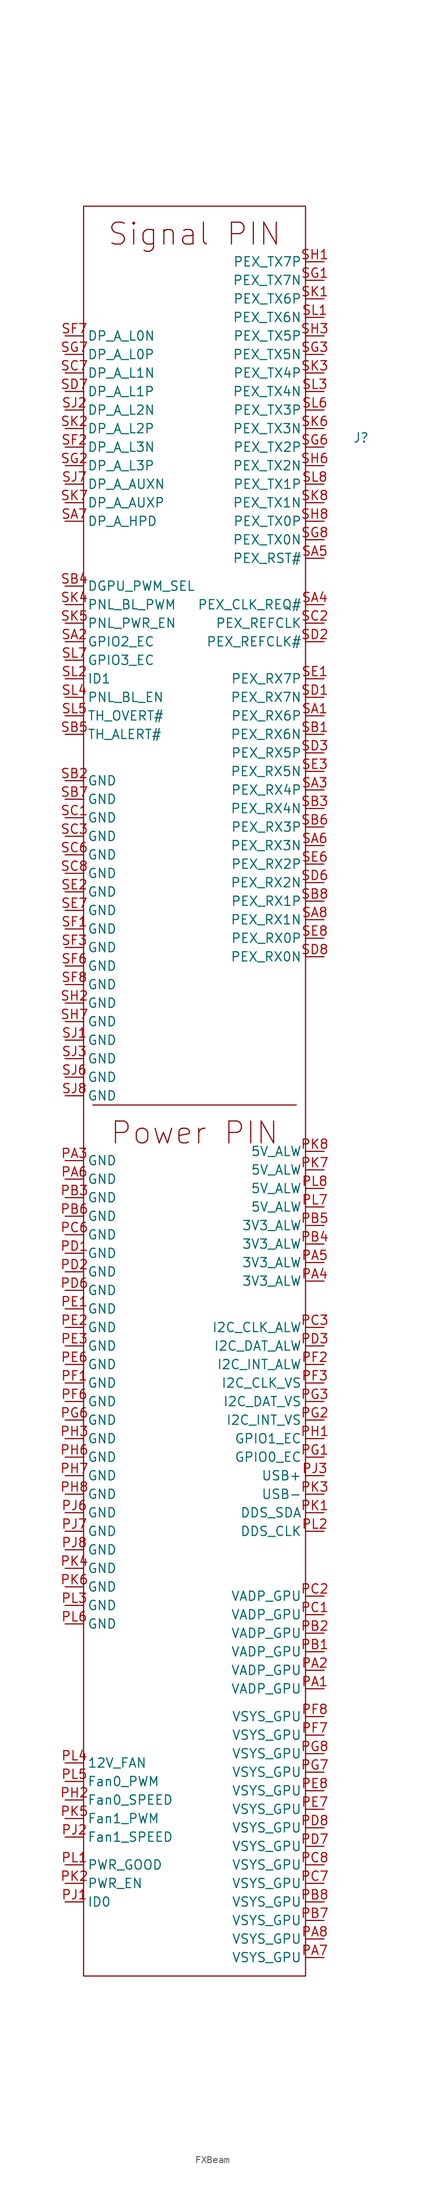
<source format=kicad_sym>
(kicad_symbol_lib
  (version 20241209)
  (generator "kicad_symbol_editor")
  (generator_version "9.0")
  (symbol "FXBeam"
    (property "Reference" "J"
      (at 179.07 -50.8 0)
      (effects (font (size 1.27 1.27))))
    (property "Value" ""
      (at 179.07 -50.8 0)
      (effects (font (size 1.27 1.27))))
    (symbol "FXBeam_0_0"
      (pin unspecified line (at 138.43 -36.83 0) (length 2.54) (name "DP_A_L0N" (effects (font (size 1.27 1.27)))) (number "SF7" (effects (font (size 1.27 1.27)))))
      (pin unspecified line (at 138.43 -39.37 0) (length 2.54) (name "DP_A_L0P" (effects (font (size 1.27 1.27)))) (number "SG7" (effects (font (size 1.27 1.27)))))
      (pin unspecified line (at 138.43 -41.91 0) (length 2.54) (name "DP_A_L1N" (effects (font (size 1.27 1.27)))) (number "SC7" (effects (font (size 1.27 1.27)))))
      (pin unspecified line (at 138.43 -44.45 0) (length 2.54) (name "DP_A_L1P" (effects (font (size 1.27 1.27)))) (number "SD7" (effects (font (size 1.27 1.27)))))
      (pin unspecified line (at 138.43 -46.99 0) (length 2.54) (name "DP_A_L2N" (effects (font (size 1.27 1.27)))) (number "SJ2" (effects (font (size 1.27 1.27)))))
      (pin unspecified line (at 138.43 -49.53 0) (length 2.54) (name "DP_A_L2P" (effects (font (size 1.27 1.27)))) (number "SK2" (effects (font (size 1.27 1.27)))))
      (pin unspecified line (at 138.43 -52.07 0) (length 2.54) (name "DP_A_L3N" (effects (font (size 1.27 1.27)))) (number "SF2" (effects (font (size 1.27 1.27)))))
      (pin unspecified line (at 138.43 -54.61 0) (length 2.54) (name "DP_A_L3P" (effects (font (size 1.27 1.27)))) (number "SG2" (effects (font (size 1.27 1.27)))))
      (pin unspecified line (at 138.43 -57.15 0) (length 2.54) (name "DP_A_AUXN" (effects (font (size 1.27 1.27)))) (number "SJ7" (effects (font (size 1.27 1.27)))))
      (pin unspecified line (at 138.43 -59.69 0) (length 2.54) (name "DP_A_AUXP" (effects (font (size 1.27 1.27)))) (number "SK7" (effects (font (size 1.27 1.27)))))
      (pin unspecified line (at 138.43 -62.23 0) (length 2.54) (name "DP_A_HPD" (effects (font (size 1.27 1.27)))) (number "SA7" (effects (font (size 1.27 1.27)))))
      (pin unspecified line (at 138.43 -71.12 0) (length 2.54) (name "DGPU_PWM_SEL" (effects (font (size 1.27 1.27)))) (number "SB4" (effects (font (size 1.27 1.27)))))
      (pin unspecified line (at 138.43 -73.66 0) (length 2.54) (name "PNL_BL_PWM" (effects (font (size 1.27 1.27)))) (number "SK4" (effects (font (size 1.27 1.27)))))
      (pin unspecified line (at 138.43 -76.2 0) (length 2.54) (name "PNL_PWR_EN" (effects (font (size 1.27 1.27)))) (number "SK5" (effects (font (size 1.27 1.27)))))
      (pin unspecified line (at 138.43 -78.74 0) (length 2.54) (name "GPIO2_EC" (effects (font (size 1.27 1.27)))) (number "SA2" (effects (font (size 1.27 1.27)))))
      (pin unspecified line (at 138.43 -81.28 0) (length 2.54) (name "GPIO3_EC" (effects (font (size 1.27 1.27)))) (number "SL7" (effects (font (size 1.27 1.27)))))
      (pin unspecified line (at 138.43 -83.82 0) (length 2.54) (name "ID1" (effects (font (size 1.27 1.27)))) (number "SL2" (effects (font (size 1.27 1.27)))))
      (pin unspecified line (at 138.43 -86.36 0) (length 2.54) (name "PNL_BL_EN" (effects (font (size 1.27 1.27)))) (number "SL4" (effects (font (size 1.27 1.27)))))
      (pin unspecified line (at 138.43 -88.9 0) (length 2.54) (name "TH_OVERT#" (effects (font (size 1.27 1.27)))) (number "SL5" (effects (font (size 1.27 1.27)))))
      (pin unspecified line (at 138.43 -91.44 0) (length 2.54) (name "TH_ALERT#" (effects (font (size 1.27 1.27)))) (number "SB5" (effects (font (size 1.27 1.27)))))
      (pin unspecified line (at 138.43 -97.79 0) (length 2.54) (name "GND" (effects (font (size 1.27 1.27)))) (number "SB2" (effects (font (size 1.27 1.27)))))
      (pin unspecified line (at 138.43 -100.33 0) (length 2.54) (name "GND" (effects (font (size 1.27 1.27)))) (number "SB7" (effects (font (size 1.27 1.27)))))
      (pin unspecified line (at 138.43 -102.87 0) (length 2.54) (name "GND" (effects (font (size 1.27 1.27)))) (number "SC1" (effects (font (size 1.27 1.27)))))
      (pin unspecified line (at 138.43 -105.41 0) (length 2.54) (name "GND" (effects (font (size 1.27 1.27)))) (number "SC3" (effects (font (size 1.27 1.27)))))
      (pin unspecified line (at 138.43 -107.95 0) (length 2.54) (name "GND" (effects (font (size 1.27 1.27)))) (number "SC6" (effects (font (size 1.27 1.27)))))
      (pin unspecified line (at 138.43 -110.49 0) (length 2.54) (name "GND" (effects (font (size 1.27 1.27)))) (number "SC8" (effects (font (size 1.27 1.27)))))
      (pin unspecified line (at 138.43 -113.03 0) (length 2.54) (name "GND" (effects (font (size 1.27 1.27)))) (number "SE2" (effects (font (size 1.27 1.27)))))
      (pin unspecified line (at 138.43 -115.57 0) (length 2.54) (name "GND" (effects (font (size 1.27 1.27)))) (number "SE7" (effects (font (size 1.27 1.27)))))
      (pin unspecified line (at 138.43 -118.11 0) (length 2.54) (name "GND" (effects (font (size 1.27 1.27)))) (number "SF1" (effects (font (size 1.27 1.27)))))
      (pin unspecified line (at 138.43 -120.65 0) (length 2.54) (name "GND" (effects (font (size 1.27 1.27)))) (number "SF3" (effects (font (size 1.27 1.27)))))
      (pin unspecified line (at 138.43 -123.19 0) (length 2.54) (name "GND" (effects (font (size 1.27 1.27)))) (number "SF6" (effects (font (size 1.27 1.27)))))
      (pin unspecified line (at 138.43 -125.73 0) (length 2.54) (name "GND" (effects (font (size 1.27 1.27)))) (number "SF8" (effects (font (size 1.27 1.27)))))
      (pin unspecified line (at 138.43 -128.27 0) (length 2.54) (name "GND" (effects (font (size 1.27 1.27)))) (number "SH2" (effects (font (size 1.27 1.27)))))
      (pin unspecified line (at 138.43 -130.81 0) (length 2.54) (name "GND" (effects (font (size 1.27 1.27)))) (number "SH7" (effects (font (size 1.27 1.27)))))
      (pin unspecified line (at 138.43 -133.35 0) (length 2.54) (name "GND" (effects (font (size 1.27 1.27)))) (number "SJ1" (effects (font (size 1.27 1.27)))))
      (pin unspecified line (at 138.43 -135.89 0) (length 2.54) (name "GND" (effects (font (size 1.27 1.27)))) (number "SJ3" (effects (font (size 1.27 1.27)))))
      (pin unspecified line (at 138.43 -138.43 0) (length 2.54) (name "GND" (effects (font (size 1.27 1.27)))) (number "SJ6" (effects (font (size 1.27 1.27)))))
      (pin unspecified line (at 138.43 -140.97 0) (length 2.54) (name "GND" (effects (font (size 1.27 1.27)))) (number "SJ8" (effects (font (size 1.27 1.27)))))
      (pin unspecified line (at 138.43 -149.86 0) (length 2.54) (name "GND" (effects (font (size 1.27 1.27)))) (number "PA3" (effects (font (size 1.27 1.27)))))
      (pin unspecified line (at 138.43 -152.4 0) (length 2.54) (name "GND" (effects (font (size 1.27 1.27)))) (number "PA6" (effects (font (size 1.27 1.27)))))
      (pin unspecified line (at 138.43 -154.94 0) (length 2.54) (name "GND" (effects (font (size 1.27 1.27)))) (number "PB3" (effects (font (size 1.27 1.27)))))
      (pin unspecified line (at 138.43 -157.48 0) (length 2.54) (name "GND" (effects (font (size 1.27 1.27)))) (number "PB6" (effects (font (size 1.27 1.27)))))
      (pin unspecified line (at 138.43 -160.02 0) (length 2.54) (name "GND" (effects (font (size 1.27 1.27)))) (number "PC6" (effects (font (size 1.27 1.27)))))
      (pin unspecified line (at 138.43 -162.56 0) (length 2.54) (name "GND" (effects (font (size 1.27 1.27)))) (number "PD1" (effects (font (size 1.27 1.27)))))
      (pin unspecified line (at 138.43 -165.1 0) (length 2.54) (name "GND" (effects (font (size 1.27 1.27)))) (number "PD2" (effects (font (size 1.27 1.27)))))
      (pin unspecified line (at 138.43 -167.64 0) (length 2.54) (name "GND" (effects (font (size 1.27 1.27)))) (number "PD6" (effects (font (size 1.27 1.27)))))
      (pin unspecified line (at 138.43 -170.18 0) (length 2.54) (name "GND" (effects (font (size 1.27 1.27)))) (number "PE1" (effects (font (size 1.27 1.27)))))
      (pin unspecified line (at 138.43 -172.72 0) (length 2.54) (name "GND" (effects (font (size 1.27 1.27)))) (number "PE2" (effects (font (size 1.27 1.27)))))
      (pin unspecified line (at 138.43 -175.26 0) (length 2.54) (name "GND" (effects (font (size 1.27 1.27)))) (number "PE3" (effects (font (size 1.27 1.27)))))
      (pin unspecified line (at 138.43 -177.8 0) (length 2.54) (name "GND" (effects (font (size 1.27 1.27)))) (number "PE6" (effects (font (size 1.27 1.27)))))
      (pin unspecified line (at 138.43 -180.34 0) (length 2.54) (name "GND" (effects (font (size 1.27 1.27)))) (number "PF1" (effects (font (size 1.27 1.27)))))
      (pin unspecified line (at 138.43 -182.88 0) (length 2.54) (name "GND" (effects (font (size 1.27 1.27)))) (number "PF6" (effects (font (size 1.27 1.27)))))
      (pin unspecified line (at 138.43 -185.42 0) (length 2.54) (name "GND" (effects (font (size 1.27 1.27)))) (number "PG6" (effects (font (size 1.27 1.27)))))
      (pin unspecified line (at 138.43 -187.96 0) (length 2.54) (name "GND" (effects (font (size 1.27 1.27)))) (number "PH3" (effects (font (size 1.27 1.27)))))
      (pin unspecified line (at 138.43 -190.5 0) (length 2.54) (name "GND" (effects (font (size 1.27 1.27)))) (number "PH6" (effects (font (size 1.27 1.27)))))
      (pin unspecified line (at 138.43 -193.04 0) (length 2.54) (name "GND" (effects (font (size 1.27 1.27)))) (number "PH7" (effects (font (size 1.27 1.27)))))
      (pin unspecified line (at 138.43 -195.58 0) (length 2.54) (name "GND" (effects (font (size 1.27 1.27)))) (number "PH8" (effects (font (size 1.27 1.27)))))
      (pin unspecified line (at 138.43 -198.12 0) (length 2.54) (name "GND" (effects (font (size 1.27 1.27)))) (number "PJ6" (effects (font (size 1.27 1.27)))))
      (pin unspecified line (at 138.43 -200.66 0) (length 2.54) (name "GND" (effects (font (size 1.27 1.27)))) (number "PJ7" (effects (font (size 1.27 1.27)))))
      (pin unspecified line (at 138.43 -203.2 0) (length 2.54) (name "GND" (effects (font (size 1.27 1.27)))) (number "PJ8" (effects (font (size 1.27 1.27)))))
      (pin unspecified line (at 138.43 -205.74 0) (length 2.54) (name "GND" (effects (font (size 1.27 1.27)))) (number "PK4" (effects (font (size 1.27 1.27)))))
      (pin unspecified line (at 138.43 -208.28 0) (length 2.54) (name "GND" (effects (font (size 1.27 1.27)))) (number "PK6" (effects (font (size 1.27 1.27)))))
      (pin unspecified line (at 138.43 -210.82 0) (length 2.54) (name "GND" (effects (font (size 1.27 1.27)))) (number "PL3" (effects (font (size 1.27 1.27)))))
      (pin unspecified line (at 138.43 -213.36 0) (length 2.54) (name "GND" (effects (font (size 1.27 1.27)))) (number "PL6" (effects (font (size 1.27 1.27)))))
      (pin power_in line (at 138.43 -232.41 0) (length 2.54) (name "12V_FAN" (effects (font (size 1.27 1.27)))) (number "PL4" (effects (font (size 1.27 1.27)))))
      (pin input line (at 138.43 -234.95 0) (length 2.54) (name "Fan0_PWM" (effects (font (size 1.27 1.27)))) (number "PL5" (effects (font (size 1.27 1.27)))))
      (pin output line (at 138.43 -237.49 0) (length 2.54) (name "Fan0_SPEED" (effects (font (size 1.27 1.27)))) (number "PH2" (effects (font (size 1.27 1.27)))))
      (pin input line (at 138.43 -240.03 0) (length 2.54) (name "Fan1_PWM" (effects (font (size 1.27 1.27)))) (number "PK5" (effects (font (size 1.27 1.27)))))
      (pin output line (at 138.43 -242.57 0) (length 2.54) (name "Fan1_SPEED" (effects (font (size 1.27 1.27)))) (number "PJ2" (effects (font (size 1.27 1.27)))))
      (pin output line (at 138.43 -246.38 0) (length 2.54) (name "PWR_GOOD" (effects (font (size 1.27 1.27)))) (number "PL1" (effects (font (size 1.27 1.27)))))
      (pin input line (at 138.43 -248.92 0) (length 2.54) (name "PWR_EN" (effects (font (size 1.27 1.27)))) (number "PK2" (effects (font (size 1.27 1.27)))))
      (pin output line (at 138.43 -251.46 0) (length 2.54) (name "ID0" (effects (font (size 1.27 1.27)))) (number "PJ1" (effects (font (size 1.27 1.27)))))
      (pin unspecified line (at 173.99 -26.67 180) (length 2.54) (name "PEX_TX7P" (effects (font (size 1.27 1.27)))) (number "SH1" (effects (font (size 1.27 1.27)))))
      (pin unspecified line (at 173.99 -29.21 180) (length 2.54) (name "PEX_TX7N" (effects (font (size 1.27 1.27)))) (number "SG1" (effects (font (size 1.27 1.27)))))
      (pin unspecified line (at 173.99 -31.75 180) (length 2.54) (name "PEX_TX6P" (effects (font (size 1.27 1.27)))) (number "SK1" (effects (font (size 1.27 1.27)))))
      (pin unspecified line (at 173.99 -34.29 180) (length 2.54) (name "PEX_TX6N" (effects (font (size 1.27 1.27)))) (number "SL1" (effects (font (size 1.27 1.27)))))
      (pin unspecified line (at 173.99 -36.83 180) (length 2.54) (name "PEX_TX5P" (effects (font (size 1.27 1.27)))) (number "SH3" (effects (font (size 1.27 1.27)))))
      (pin unspecified line (at 173.99 -39.37 180) (length 2.54) (name "PEX_TX5N" (effects (font (size 1.27 1.27)))) (number "SG3" (effects (font (size 1.27 1.27)))))
      (pin unspecified line (at 173.99 -41.91 180) (length 2.54) (name "PEX_TX4P" (effects (font (size 1.27 1.27)))) (number "SK3" (effects (font (size 1.27 1.27)))))
      (pin unspecified line (at 173.99 -44.45 180) (length 2.54) (name "PEX_TX4N" (effects (font (size 1.27 1.27)))) (number "SL3" (effects (font (size 1.27 1.27)))))
      (pin unspecified line (at 173.99 -46.99 180) (length 2.54) (name "PEX_TX3P" (effects (font (size 1.27 1.27)))) (number "SL6" (effects (font (size 1.27 1.27)))))
      (pin unspecified line (at 173.99 -49.53 180) (length 2.54) (name "PEX_TX3N" (effects (font (size 1.27 1.27)))) (number "SK6" (effects (font (size 1.27 1.27)))))
      (pin unspecified line (at 173.99 -52.07 180) (length 2.54) (name "PEX_TX2P" (effects (font (size 1.27 1.27)))) (number "SG6" (effects (font (size 1.27 1.27)))))
      (pin unspecified line (at 173.99 -54.61 180) (length 2.54) (name "PEX_TX2N" (effects (font (size 1.27 1.27)))) (number "SH6" (effects (font (size 1.27 1.27)))))
      (pin unspecified line (at 173.99 -57.15 180) (length 2.54) (name "PEX_TX1P" (effects (font (size 1.27 1.27)))) (number "SL8" (effects (font (size 1.27 1.27)))))
      (pin unspecified line (at 173.99 -59.69 180) (length 2.54) (name "PEX_TX1N" (effects (font (size 1.27 1.27)))) (number "SK8" (effects (font (size 1.27 1.27)))))
      (pin unspecified line (at 173.99 -62.23 180) (length 2.54) (name "PEX_TX0P" (effects (font (size 1.27 1.27)))) (number "SH8" (effects (font (size 1.27 1.27)))))
      (pin unspecified line (at 173.99 -64.77 180) (length 2.54) (name "PEX_TX0N" (effects (font (size 1.27 1.27)))) (number "SG8" (effects (font (size 1.27 1.27)))))
      (pin unspecified line (at 173.99 -67.31 180) (length 2.54) (name "PEX_RST#" (effects (font (size 1.27 1.27)))) (number "SA5" (effects (font (size 1.27 1.27)))))
      (pin unspecified line (at 173.99 -73.66 180) (length 2.54) (name "PEX_CLK_REQ#" (effects (font (size 1.27 1.27)))) (number "SA4" (effects (font (size 1.27 1.27)))))
      (pin unspecified line (at 173.99 -76.2 180) (length 2.54) (name "PEX_REFCLK" (effects (font (size 1.27 1.27)))) (number "SC2" (effects (font (size 1.27 1.27)))))
      (pin unspecified line (at 173.99 -78.74 180) (length 2.54) (name "PEX_REFCLK#" (effects (font (size 1.27 1.27)))) (number "SD2" (effects (font (size 1.27 1.27)))))
      (pin unspecified line (at 173.99 -83.82 180) (length 2.54) (name "PEX_RX7P" (effects (font (size 1.27 1.27)))) (number "SE1" (effects (font (size 1.27 1.27)))))
      (pin unspecified line (at 173.99 -86.36 180) (length 2.54) (name "PEX_RX7N" (effects (font (size 1.27 1.27)))) (number "SD1" (effects (font (size 1.27 1.27)))))
      (pin unspecified line (at 173.99 -88.9 180) (length 2.54) (name "PEX_RX6P" (effects (font (size 1.27 1.27)))) (number "SA1" (effects (font (size 1.27 1.27)))))
      (pin unspecified line (at 173.99 -91.44 180) (length 2.54) (name "PEX_RX6N" (effects (font (size 1.27 1.27)))) (number "SB1" (effects (font (size 1.27 1.27)))))
      (pin unspecified line (at 173.99 -93.98 180) (length 2.54) (name "PEX_RX5P" (effects (font (size 1.27 1.27)))) (number "SD3" (effects (font (size 1.27 1.27)))))
      (pin unspecified line (at 173.99 -96.52 180) (length 2.54) (name "PEX_RX5N" (effects (font (size 1.27 1.27)))) (number "SE3" (effects (font (size 1.27 1.27)))))
      (pin unspecified line (at 173.99 -99.06 180) (length 2.54) (name "PEX_RX4P" (effects (font (size 1.27 1.27)))) (number "SA3" (effects (font (size 1.27 1.27)))))
      (pin unspecified line (at 173.99 -101.6 180) (length 2.54) (name "PEX_RX4N" (effects (font (size 1.27 1.27)))) (number "SB3" (effects (font (size 1.27 1.27)))))
      (pin unspecified line (at 173.99 -104.14 180) (length 2.54) (name "PEX_RX3P" (effects (font (size 1.27 1.27)))) (number "SB6" (effects (font (size 1.27 1.27)))))
      (pin unspecified line (at 173.99 -106.68 180) (length 2.54) (name "PEX_RX3N" (effects (font (size 1.27 1.27)))) (number "SA6" (effects (font (size 1.27 1.27)))))
      (pin unspecified line (at 173.99 -109.22 180) (length 2.54) (name "PEX_RX2P" (effects (font (size 1.27 1.27)))) (number "SE6" (effects (font (size 1.27 1.27)))))
      (pin unspecified line (at 173.99 -111.76 180) (length 2.54) (name "PEX_RX2N" (effects (font (size 1.27 1.27)))) (number "SD6" (effects (font (size 1.27 1.27)))))
      (pin unspecified line (at 173.99 -114.3 180) (length 2.54) (name "PEX_RX1P" (effects (font (size 1.27 1.27)))) (number "SB8" (effects (font (size 1.27 1.27)))))
      (pin unspecified line (at 173.99 -116.84 180) (length 2.54) (name "PEX_RX1N" (effects (font (size 1.27 1.27)))) (number "SA8" (effects (font (size 1.27 1.27)))))
      (pin unspecified line (at 173.99 -119.38 180) (length 2.54) (name "PEX_RX0P" (effects (font (size 1.27 1.27)))) (number "SE8" (effects (font (size 1.27 1.27)))))
      (pin unspecified line (at 173.99 -121.92 180) (length 2.54) (name "PEX_RX0N" (effects (font (size 1.27 1.27)))) (number "SD8" (effects (font (size 1.27 1.27)))))
      (pin power_in line (at 173.99 -148.59 180) (length 2.54) (name "5V_ALW" (effects (font (size 1.27 1.27)))) (number "PK8" (effects (font (size 1.27 1.27)))))
      (pin power_in line (at 173.99 -151.13 180) (length 2.54) (name "5V_ALW" (effects (font (size 1.27 1.27)))) (number "PK7" (effects (font (size 1.27 1.27)))))
      (pin power_in line (at 173.99 -153.67 180) (length 2.54) (name "5V_ALW" (effects (font (size 1.27 1.27)))) (number "PL8" (effects (font (size 1.27 1.27)))))
      (pin power_in line (at 173.99 -156.21 180) (length 2.54) (name "5V_ALW" (effects (font (size 1.27 1.27)))) (number "PL7" (effects (font (size 1.27 1.27)))))
      (pin power_in line (at 173.99 -158.75 180) (length 2.54) (name "3V3_ALW" (effects (font (size 1.27 1.27)))) (number "PB5" (effects (font (size 1.27 1.27)))))
      (pin power_in line (at 173.99 -161.29 180) (length 2.54) (name "3V3_ALW" (effects (font (size 1.27 1.27)))) (number "PB4" (effects (font (size 1.27 1.27)))))
      (pin power_in line (at 173.99 -163.83 180) (length 2.54) (name "3V3_ALW" (effects (font (size 1.27 1.27)))) (number "PA5" (effects (font (size 1.27 1.27)))))
      (pin power_in line (at 173.99 -166.37 180) (length 2.54) (name "3V3_ALW" (effects (font (size 1.27 1.27)))) (number "PA4" (effects (font (size 1.27 1.27)))))
      (pin bidirectional line (at 173.99 -172.72 180) (length 2.54) (name "I2C_CLK_ALW" (effects (font (size 1.27 1.27)))) (number "PC3" (effects (font (size 1.27 1.27)))))
      (pin bidirectional line (at 173.99 -175.26 180) (length 2.54) (name "I2C_DAT_ALW" (effects (font (size 1.27 1.27)))) (number "PD3" (effects (font (size 1.27 1.27)))))
      (pin bidirectional line (at 173.99 -177.8 180) (length 2.54) (name "I2C_INT_ALW" (effects (font (size 1.27 1.27)))) (number "PF2" (effects (font (size 1.27 1.27)))))
      (pin bidirectional line (at 173.99 -180.34 180) (length 2.54) (name "I2C_CLK_VS" (effects (font (size 1.27 1.27)))) (number "PF3" (effects (font (size 1.27 1.27)))))
      (pin unspecified line (at 173.99 -182.88 180) (length 2.54) (name "I2C_DAT_VS" (effects (font (size 1.27 1.27)))) (number "PG3" (effects (font (size 1.27 1.27)))))
      (pin unspecified line (at 173.99 -185.42 180) (length 2.54) (name "I2C_INT_VS" (effects (font (size 1.27 1.27)))) (number "PG2" (effects (font (size 1.27 1.27)))))
      (pin unspecified line (at 173.99 -187.96 180) (length 2.54) (name "GPIO1_EC" (effects (font (size 1.27 1.27)))) (number "PH1" (effects (font (size 1.27 1.27)))))
      (pin unspecified line (at 173.99 -190.5 180) (length 2.54) (name "GPIO0_EC" (effects (font (size 1.27 1.27)))) (number "PG1" (effects (font (size 1.27 1.27)))))
      (pin bidirectional line (at 173.99 -193.04 180) (length 2.54) (name "USB+" (effects (font (size 1.27 1.27)))) (number "PJ3" (effects (font (size 1.27 1.27)))))
      (pin bidirectional line (at 173.99 -195.58 180) (length 2.54) (name "USB-" (effects (font (size 1.27 1.27)))) (number "PK3" (effects (font (size 1.27 1.27)))))
      (pin input line (at 173.99 -198.12 180) (length 2.54) (name "DDS_SDA" (effects (font (size 1.27 1.27)))) (number "PK1" (effects (font (size 1.27 1.27)))))
      (pin bidirectional line (at 173.99 -200.66 180) (length 2.54) (name "DDS_CLK" (effects (font (size 1.27 1.27)))) (number "PL2" (effects (font (size 1.27 1.27)))))
      (pin power_out line (at 173.99 -209.55 180) (length 2.54) (name "VADP_GPU" (effects (font (size 1.27 1.27)))) (number "PC2" (effects (font (size 1.27 1.27)))))
      (pin power_out line (at 173.99 -212.09 180) (length 2.54) (name "VADP_GPU" (effects (font (size 1.27 1.27)))) (number "PC1" (effects (font (size 1.27 1.27)))))
      (pin power_in line (at 173.99 -214.63 180) (length 2.54) (name "VADP_GPU" (effects (font (size 1.27 1.27)))) (number "PB2" (effects (font (size 1.27 1.27)))))
      (pin power_in line (at 173.99 -217.17 180) (length 2.54) (name "VADP_GPU" (effects (font (size 1.27 1.27)))) (number "PB1" (effects (font (size 1.27 1.27)))))
      (pin power_out line (at 173.99 -219.71 180) (length 2.54) (name "VADP_GPU" (effects (font (size 1.27 1.27)))) (number "PA2" (effects (font (size 1.27 1.27)))))
      (pin power_out line (at 173.99 -222.25 180) (length 2.54) (name "VADP_GPU" (effects (font (size 1.27 1.27)))) (number "PA1" (effects (font (size 1.27 1.27)))))
      (pin power_in line (at 173.99 -226.06 180) (length 2.54) (name "VSYS_GPU" (effects (font (size 1.27 1.27)))) (number "PF8" (effects (font (size 1.27 1.27)))))
      (pin power_in line (at 173.99 -228.6 180) (length 2.54) (name "VSYS_GPU" (effects (font (size 1.27 1.27)))) (number "PF7" (effects (font (size 1.27 1.27)))))
      (pin power_in line (at 173.99 -231.14 180) (length 2.54) (name "VSYS_GPU" (effects (font (size 1.27 1.27)))) (number "PG8" (effects (font (size 1.27 1.27)))))
      (pin power_in line (at 173.99 -233.68 180) (length 2.54) (name "VSYS_GPU" (effects (font (size 1.27 1.27)))) (number "PG7" (effects (font (size 1.27 1.27)))))
      (pin power_in line (at 173.99 -236.22 180) (length 2.54) (name "VSYS_GPU" (effects (font (size 1.27 1.27)))) (number "PE8" (effects (font (size 1.27 1.27)))))
      (pin power_in line (at 173.99 -238.76 180) (length 2.54) (name "VSYS_GPU" (effects (font (size 1.27 1.27)))) (number "PE7" (effects (font (size 1.27 1.27)))))
      (pin power_in line (at 173.99 -241.3 180) (length 2.54) (name "VSYS_GPU" (effects (font (size 1.27 1.27)))) (number "PD8" (effects (font (size 1.27 1.27)))))
      (pin power_in line (at 173.99 -243.84 180) (length 2.54) (name "VSYS_GPU" (effects (font (size 1.27 1.27)))) (number "PD7" (effects (font (size 1.27 1.27)))))
      (pin power_in line (at 173.99 -246.38 180) (length 2.54) (name "VSYS_GPU" (effects (font (size 1.27 1.27)))) (number "PC8" (effects (font (size 1.27 1.27)))))
      (pin power_in line (at 173.99 -248.92 180) (length 2.54) (name "VSYS_GPU" (effects (font (size 1.27 1.27)))) (number "PC7" (effects (font (size 1.27 1.27)))))
      (pin power_in line (at 173.99 -251.46 180) (length 2.54) (name "VSYS_GPU" (effects (font (size 1.27 1.27)))) (number "PB8" (effects (font (size 1.27 1.27)))))
      (pin power_in line (at 173.99 -254 180) (length 2.54) (name "VSYS_GPU" (effects (font (size 1.27 1.27)))) (number "PB7" (effects (font (size 1.27 1.27)))))
      (pin power_in line (at 173.99 -256.54 180) (length 2.54) (name "VSYS_GPU" (effects (font (size 1.27 1.27)))) (number "PA8" (effects (font (size 1.27 1.27)))))
      (pin power_in line (at 173.99 -259.08 180) (length 2.54) (name "VSYS_GPU" (effects (font (size 1.27 1.27)))) (number "PA7" (effects (font (size 1.27 1.27))))))
    (symbol "FXBeam_1_1"
      (rectangle (start 140.97 -19.05) (end 171.45 -261.62) (stroke (width 0) (type default)) (fill (type none)))
      (polyline (pts (xy 142.24 -142.24) (xy 170.18 -142.24)) (stroke (width 0) (type default)) (fill (type none)))
      (text "Signal PIN" (at 156.21 -22.86 0) (effects (font (size 3 3))))
      (text "Power PIN" (at 156.21 -146.05 0) (effects (font (size 3 3)))))))
</source>
